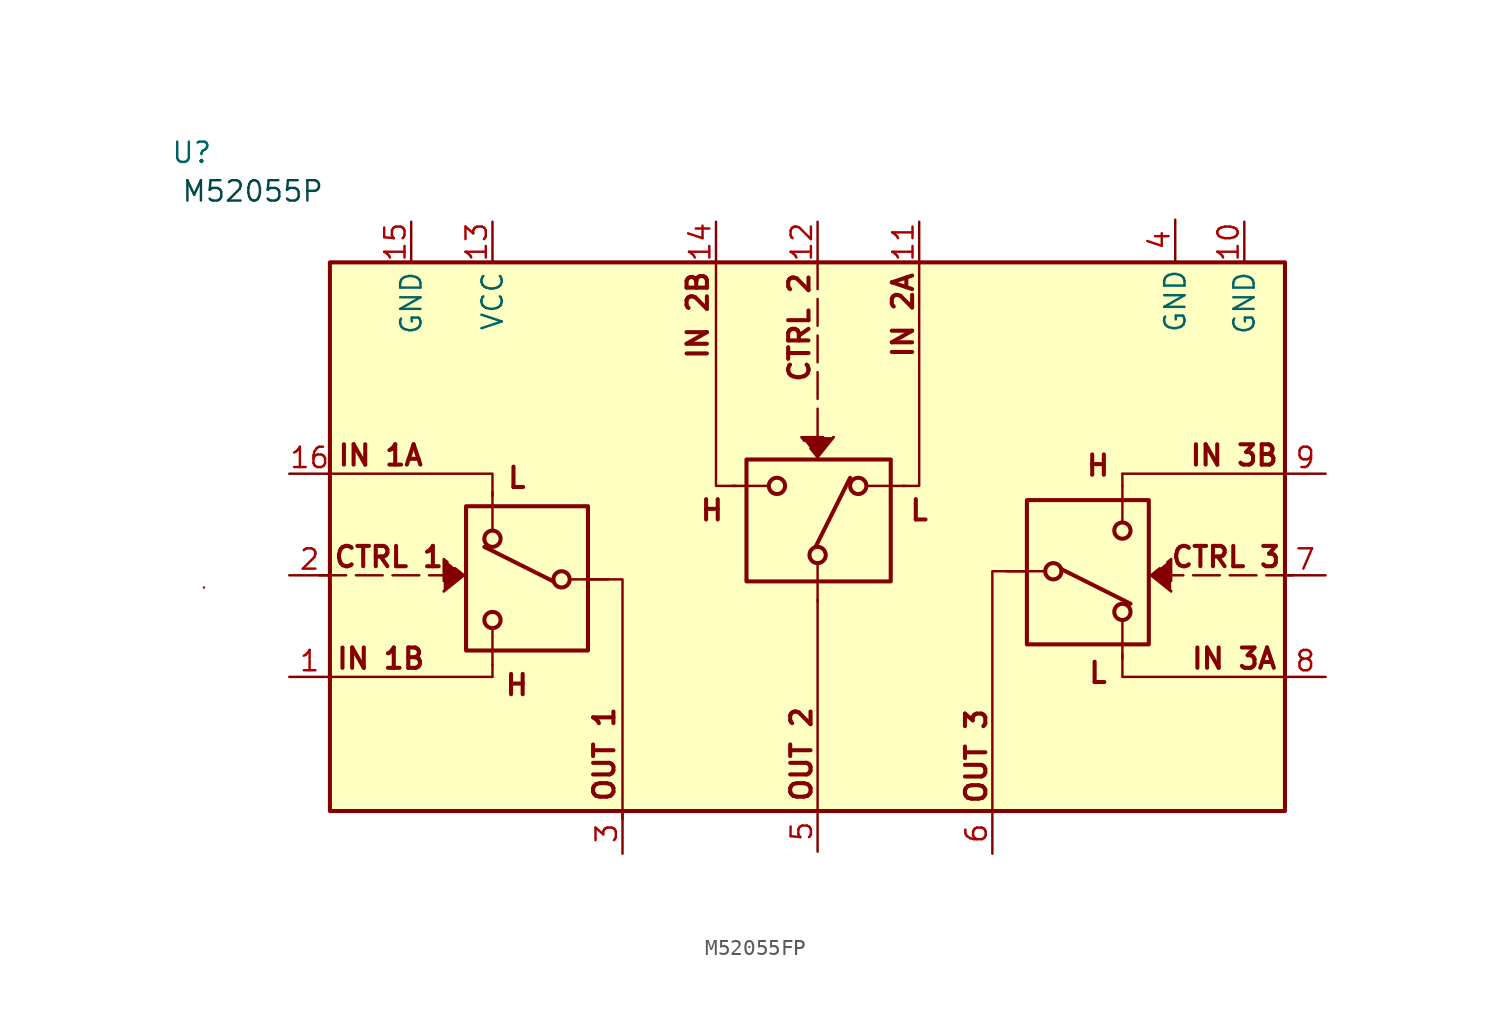
<source format=kicad_sym>
(kicad_symbol_lib
  (version 20220914)
  (generator kicad_symbol_editor)
  (symbol "M52055FP"
    (property "Reference" "U"
      (at -26.416 19.558 0)
      (effects (font (size 1.27 1.27))))
    (property "Value" ""
      (at -20.32 -3.81 0)
      (effects (font (size 1.27 1.27))))
    (symbol "M52055FP_0_1"
      (rectangle (start -17.78 12.7) (end 41.91 -21.59) (stroke (width 0.254) (type default)) (fill (type background))))
    (symbol "M52055FP_1_1"
      (rectangle (start -9.271 -11.557) (end -1.651 -2.54) (stroke (width 0.254) (type default)) (fill (type background)))
      (circle (center -7.62 -9.652) (radius 0.508) (stroke (width 0.254) (type default)) (fill (type none)))
      (circle (center -7.62 -4.572) (radius 0.508) (stroke (width 0.254) (type default)) (fill (type none)))
      (circle (center -3.302 -7.112) (radius 0.508) (stroke (width 0.254) (type default)) (fill (type none)))
      (polyline (pts (xy -25.654 -7.62) (xy -25.654 -7.62)) (stroke (width 0) (type solid)) (fill (type none)))
      (polyline (pts (xy -17.78 -13.208) (xy -7.62 -13.208)) (stroke (width 0) (type solid)) (fill (type none)))
      (polyline (pts (xy -9.906 -6.858) (xy -18.669 -6.858)) (stroke (width 0) (type dash)) (fill (type none)))
      (polyline (pts (xy -7.62 -12.446) (xy -7.62 -10.16)) (stroke (width 0) (type default)) (fill (type none)))
      (polyline (pts (xy -7.62 -3.937) (xy -7.62 -1.651)) (stroke (width 0) (type default)) (fill (type none)))
      (polyline (pts (xy -3.81 -7.239) (xy -8.128 -5.08)) (stroke (width 0.254) (type default)) (fill (type none)))
      (polyline (pts (xy -0.381 -7.112) (xy -2.667 -7.112)) (stroke (width 0) (type default)) (fill (type none)))
      (polyline (pts (xy 7.366 -1.27) (xy 9.652 -1.27)) (stroke (width 0) (type default)) (fill (type none)))
      (polyline (pts (xy 12.573 -5.08) (xy 14.732 -0.762)) (stroke (width 0.254) (type default)) (fill (type none)))
      (polyline (pts (xy 12.7 -8.509) (xy 12.7 -6.223)) (stroke (width 0) (type default)) (fill (type none)))
      (polyline (pts (xy 12.7 -8.382) (xy 12.7 -21.59)) (stroke (width 0) (type solid)) (fill (type none)))
      (polyline (pts (xy 12.7 12.7) (xy 12.7 0.508)) (stroke (width 0) (type dash)) (fill (type none)))
      (polyline (pts (xy 15.875 -1.27) (xy 18.161 -1.27)) (stroke (width 0) (type default)) (fill (type none)))
      (polyline (pts (xy 24.511 -6.604) (xy 26.797 -6.604)) (stroke (width 0) (type default)) (fill (type none)))
      (polyline (pts (xy 27.94 -6.477) (xy 32.258 -8.636)) (stroke (width 0.254) (type default)) (fill (type none)))
      (polyline (pts (xy 31.75 -9.779) (xy 31.75 -12.065)) (stroke (width 0) (type default)) (fill (type none)))
      (polyline (pts (xy 31.75 -1.27) (xy 31.75 -3.556)) (stroke (width 0) (type default)) (fill (type none)))
      (polyline (pts (xy 41.91 -0.508) (xy 31.75 -0.508)) (stroke (width 0) (type solid)) (fill (type none)))
      (polyline (pts (xy 42.418 -6.858) (xy 33.655 -6.858)) (stroke (width 0) (type dash)) (fill (type none)))
      (polyline (pts (xy -17.78 -0.508) (xy -7.62 -0.508) (xy -7.62 -1.905)) (stroke (width 0) (type solid)) (fill (type none)))
      (polyline (pts (xy -7.62 -13.208) (xy -7.62 -12.446) (xy -7.62 -12.7)) (stroke (width 0) (type solid)) (fill (type none)))
      (polyline (pts (xy 6.35 12.7) (xy 6.35 -1.27) (xy 7.62 -1.27)) (stroke (width 0) (type default)) (fill (type none)))
      (polyline (pts (xy 19.05 12.7) (xy 19.05 -1.27) (xy 18.034 -1.27)) (stroke (width 0) (type default)) (fill (type none)))
      (polyline (pts (xy 31.75 -0.508) (xy 31.75 -1.27) (xy 31.75 -1.016)) (stroke (width 0) (type solid)) (fill (type none)))
      (polyline (pts (xy 41.91 -13.208) (xy 31.75 -13.208) (xy 31.75 -11.811)) (stroke (width 0) (type solid)) (fill (type none)))
      (polyline (pts (xy 0.508 -22.098) (xy 0.508 -7.112) (xy -0.635 -7.112) (xy -1.524 -7.112)) (stroke (width 0) (type solid)) (fill (type none)))
      (polyline (pts (xy 23.622 -21.59) (xy 23.622 -6.604) (xy 24.765 -6.604) (xy 25.654 -6.604)) (stroke (width 0) (type solid)) (fill (type none)))
      (polyline (pts (xy -9.398 -6.858) (xy -10.668 -7.874) (xy -10.668 -6.858) (xy -10.668 -6.858) (xy -10.668 -5.842) (xy -9.398 -6.858)) (stroke (width 0) (type dash)) (fill (type color) (color 132 0 0 1)))
      (polyline (pts (xy 12.7 0.508) (xy 13.716 1.778) (xy 12.7 1.778) (xy 12.7 1.778) (xy 11.684 1.778) (xy 12.7 0.508)) (stroke (width 0) (type dash)) (fill (type color) (color 132 0 0 1)))
      (polyline (pts (xy 33.528 -6.858) (xy 34.798 -7.874) (xy 34.798 -6.858) (xy 34.798 -6.858) (xy 34.798 -5.842) (xy 33.528 -6.858)) (stroke (width 0) (type dash)) (fill (type color) (color 132 0 0 1)))
      (rectangle (start 8.255 0.381) (end 17.272 -7.239) (stroke (width 0.254) (type default)) (fill (type background)))
      (circle (center 10.16 -1.27) (radius 0.508) (stroke (width 0.254) (type default)) (fill (type none)))
      (circle (center 12.7 -5.588) (radius 0.508) (stroke (width 0.254) (type default)) (fill (type none)))
      (circle (center 15.24 -1.27) (radius 0.508) (stroke (width 0.254) (type default)) (fill (type none)))
      (circle (center 27.432 -6.604) (radius 0.508) (stroke (width 0.254) (type default)) (fill (type none)))
      (circle (center 31.75 -9.144) (radius 0.508) (stroke (width 0.254) (type default)) (fill (type none)))
      (circle (center 31.75 -4.064) (radius 0.508) (stroke (width 0.254) (type default)) (fill (type none)))
      (rectangle (start 33.401 -2.159) (end 25.781 -11.176) (stroke (width 0.254) (type default)) (fill (type background)))
      (text "CTRL 1" (at -14.097 -5.715 0) (effects (font (size 1.27 1.27) bold)))
      (text "CTRL 2" (at 11.557 8.636 900) (effects (font (size 1.27 1.27) bold)))
      (text "CTRL 3" (at 38.227 -5.715 0) (effects (font (size 1.27 1.27) bold)))
      (text "H\n" (at -6.096 -13.716 0) (effects (font (size 1.27 1.27) bold)))
      (text "H\n" (at 6.096 -2.794 0) (effects (font (size 1.27 1.27) bold)))
      (text "H\n" (at 30.226 0 0) (effects (font (size 1.27 1.27) bold)))
      (text "IN 1A" (at -14.605 0.635 0) (effects (font (size 1.27 1.27) bold)))
      (text "IN 1B" (at -14.605 -12.065 0) (effects (font (size 1.27 1.27) bold)))
      (text "IN 2A" (at 18.034 9.398 900) (effects (font (size 1.27 1.27) bold)))
      (text "IN 2B" (at 5.207 9.398 900) (effects (font (size 1.27 1.27) bold)))
      (text "IN 3A" (at 38.735 -12.065 0) (effects (font (size 1.27 1.27) bold)))
      (text "IN 3B" (at 38.735 0.635 0) (effects (font (size 1.27 1.27) bold)))
      (text "L" (at -6.096 -0.762 0) (effects (font (size 1.27 1.27) bold)))
      (text "L" (at 19.05 -2.794 0) (effects (font (size 1.27 1.27) bold)))
      (text "L" (at 30.226 -12.954 0) (effects (font (size 1.27 1.27) bold)))
      (text "M52055P" (at -22.606 17.145 0) (effects (font (size 1.27 1.27) (color 0 72 72 1))))
      (text "OUT 1\n" (at -0.635 -18.034 900) (effects (font (size 1.27 1.27) bold)))
      (text "OUT 2\n" (at 11.684 -18.034 900) (effects (font (size 1.27 1.27) bold)))
      (text "OUT 3\n" (at 22.606 -18.161 900) (effects (font (size 1.27 1.27) bold)))
      (pin input line (at -20.32 -13.208 0) (length 2.54) (name "" (effects (font (size 1.27 1.27)))) (number "1" (effects (font (size 1.27 1.27)))))
      (pin passive line (at 39.37 15.24 270) (length 2.54) (name "GND" (effects (font (size 1.27 1.27)))) (number "10" (effects (font (size 1.27 1.27)))))
      (pin input line (at 19.05 15.24 270) (length 2.54) (name "" (effects (font (size 1.27 1.27)))) (number "11" (effects (font (size 1.27 1.27)))))
      (pin input line (at 12.7 15.24 270) (length 2.54) (name "" (effects (font (size 1.27 1.27)))) (number "12" (effects (font (size 1.27 1.27)))))
      (pin input line (at -7.62 15.24 270) (length 2.54) (name "VCC" (effects (font (size 1.27 1.27)))) (number "13" (effects (font (size 1.27 1.27)))))
      (pin input line (at 6.35 15.24 270) (length 2.54) (name "" (effects (font (size 1.27 1.27)))) (number "14" (effects (font (size 1.27 1.27)))))
      (pin passive line (at -12.7 15.24 270) (length 2.54) (name "GND" (effects (font (size 1.27 1.27)))) (number "15" (effects (font (size 1.27 1.27)))))
      (pin input line (at -20.32 -0.508 0) (length 2.54) (name "" (effects (font (size 1.27 1.27)))) (number "16" (effects (font (size 1.27 1.27)))))
      (pin input line (at -20.32 -6.858 0) (length 2.54) (name "" (effects (font (size 1.27 1.27)))) (number "2" (effects (font (size 1.27 1.27)))))
      (pin input line (at 0.508 -24.257 90) (length 2.54) (name "" (effects (font (size 1.27 1.27)))) (number "3" (effects (font (size 1.27 1.27)))))
      (pin passive line (at 35.052 15.367 270) (length 2.54) (name "GND" (effects (font (size 1.27 1.27)))) (number "4" (effects (font (size 1.27 1.27)))))
      (pin input line (at 12.7 -24.13 90) (length 2.54) (name "" (effects (font (size 1.27 1.27)))) (number "5" (effects (font (size 1.27 1.27)))))
      (pin input line (at 23.622 -24.257 90) (length 2.54) (name "" (effects (font (size 1.27 1.27)))) (number "6" (effects (font (size 1.27 1.27)))))
      (pin input line (at 44.45 -6.858 180) (length 2.54) (name "" (effects (font (size 1.27 1.27)))) (number "7" (effects (font (size 1.27 1.27)))))
      (pin input line (at 44.45 -13.208 180) (length 2.54) (name "" (effects (font (size 1.27 1.27)))) (number "8" (effects (font (size 1.27 1.27)))))
      (pin input line (at 44.45 -0.508 180) (length 2.54) (name "" (effects (font (size 1.27 1.27)))) (number "9" (effects (font (size 1.27 1.27))))))))
</source>
